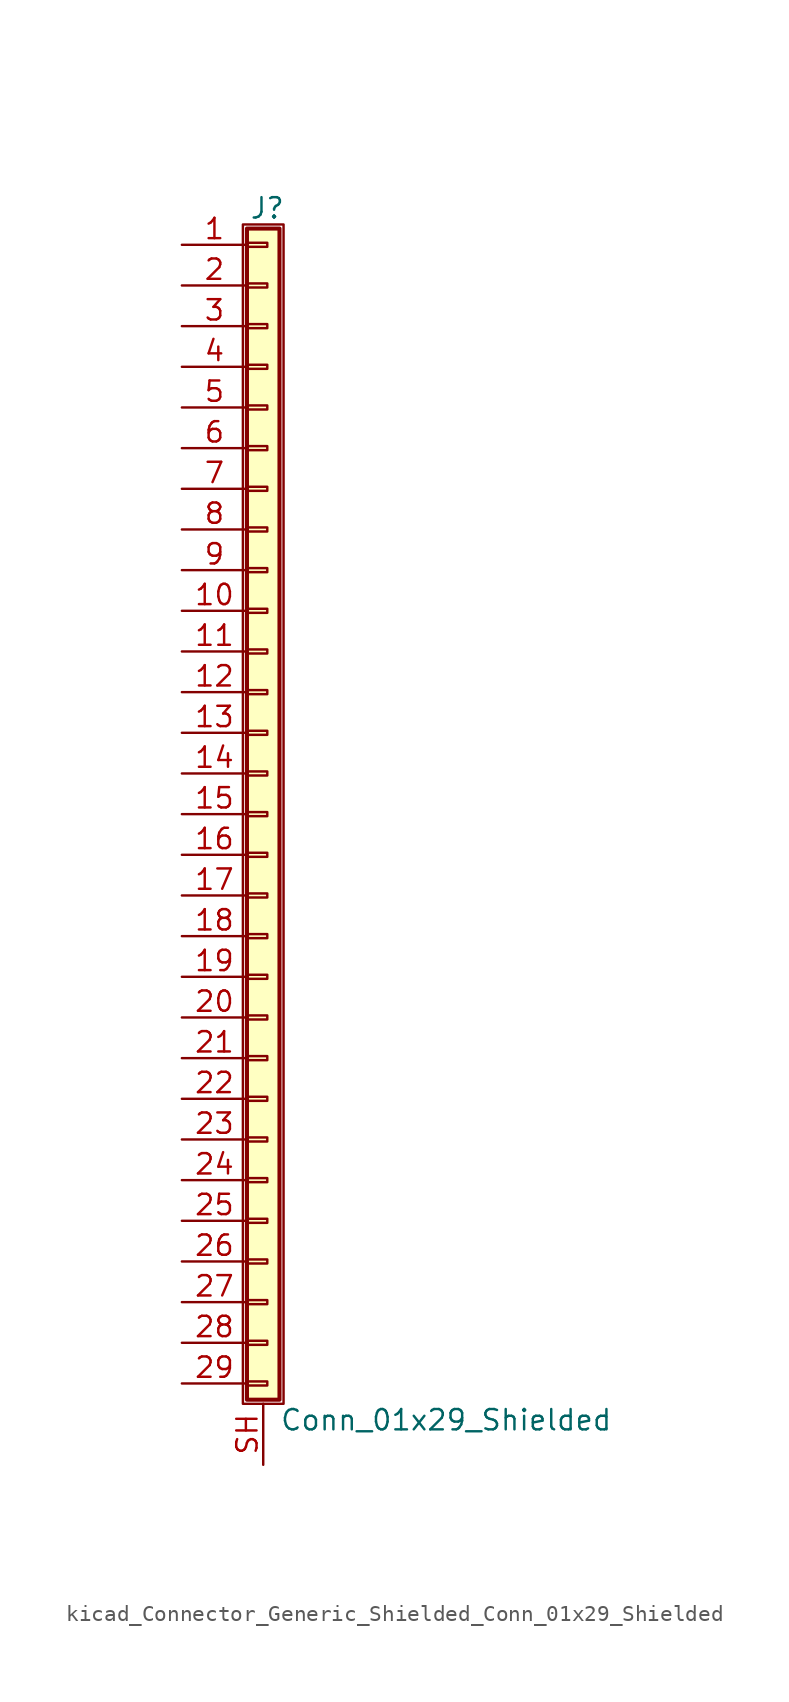
<source format=kicad_sym>
(kicad_symbol_lib
  (version 20220914)
  (generator kicad_symbol_editor)
  (symbol "kicad_Connector_Generic_Shielded_Conn_01x29_Shielded"
    (pin_names
      (offset 1.016) hide)
    (property "Reference" "J"
      (at 0.254 37.846 0)
      (effects (font (size 1.27 1.27))))
    (property "Value" "Conn_01x29_Shielded"
      (at 1.016 -37.846 0)
      (effects (font (size 1.27 1.27)) (justify left)))
    (symbol "kicad_Connector_Generic_Shielded_Conn_01x29_Shielded_1_1"
      (rectangle (start -1.27 36.83) (end 1.27 -36.83) (stroke (width 0.152) (type default)) (fill (type none)))
      (rectangle (start -1.016 -35.433) (end 0.254 -35.687) (stroke (width 0.152) (type default)) (fill (type none)))
      (rectangle (start -1.016 -32.893) (end 0.254 -33.147) (stroke (width 0.152) (type default)) (fill (type none)))
      (rectangle (start -1.016 -30.353) (end 0.254 -30.607) (stroke (width 0.152) (type default)) (fill (type none)))
      (rectangle (start -1.016 -27.813) (end 0.254 -28.067) (stroke (width 0.152) (type default)) (fill (type none)))
      (rectangle (start -1.016 -25.273) (end 0.254 -25.527) (stroke (width 0.152) (type default)) (fill (type none)))
      (rectangle (start -1.016 -22.733) (end 0.254 -22.987) (stroke (width 0.152) (type default)) (fill (type none)))
      (rectangle (start -1.016 -20.193) (end 0.254 -20.447) (stroke (width 0.152) (type default)) (fill (type none)))
      (rectangle (start -1.016 -17.653) (end 0.254 -17.907) (stroke (width 0.152) (type default)) (fill (type none)))
      (rectangle (start -1.016 -15.113) (end 0.254 -15.367) (stroke (width 0.152) (type default)) (fill (type none)))
      (rectangle (start -1.016 -12.573) (end 0.254 -12.827) (stroke (width 0.152) (type default)) (fill (type none)))
      (rectangle (start -1.016 -10.033) (end 0.254 -10.287) (stroke (width 0.152) (type default)) (fill (type none)))
      (rectangle (start -1.016 -7.493) (end 0.254 -7.747) (stroke (width 0.152) (type default)) (fill (type none)))
      (rectangle (start -1.016 -4.953) (end 0.254 -5.207) (stroke (width 0.152) (type default)) (fill (type none)))
      (rectangle (start -1.016 -2.413) (end 0.254 -2.667) (stroke (width 0.152) (type default)) (fill (type none)))
      (rectangle (start -1.016 0.127) (end 0.254 -0.127) (stroke (width 0.152) (type default)) (fill (type none)))
      (rectangle (start -1.016 2.667) (end 0.254 2.413) (stroke (width 0.152) (type default)) (fill (type none)))
      (rectangle (start -1.016 5.207) (end 0.254 4.953) (stroke (width 0.152) (type default)) (fill (type none)))
      (rectangle (start -1.016 7.747) (end 0.254 7.493) (stroke (width 0.152) (type default)) (fill (type none)))
      (rectangle (start -1.016 10.287) (end 0.254 10.033) (stroke (width 0.152) (type default)) (fill (type none)))
      (rectangle (start -1.016 12.827) (end 0.254 12.573) (stroke (width 0.152) (type default)) (fill (type none)))
      (rectangle (start -1.016 15.367) (end 0.254 15.113) (stroke (width 0.152) (type default)) (fill (type none)))
      (rectangle (start -1.016 17.907) (end 0.254 17.653) (stroke (width 0.152) (type default)) (fill (type none)))
      (rectangle (start -1.016 20.447) (end 0.254 20.193) (stroke (width 0.152) (type default)) (fill (type none)))
      (rectangle (start -1.016 22.987) (end 0.254 22.733) (stroke (width 0.152) (type default)) (fill (type none)))
      (rectangle (start -1.016 25.527) (end 0.254 25.273) (stroke (width 0.152) (type default)) (fill (type none)))
      (rectangle (start -1.016 28.067) (end 0.254 27.813) (stroke (width 0.152) (type default)) (fill (type none)))
      (rectangle (start -1.016 30.607) (end 0.254 30.353) (stroke (width 0.152) (type default)) (fill (type none)))
      (rectangle (start -1.016 33.147) (end 0.254 32.893) (stroke (width 0.152) (type default)) (fill (type none)))
      (rectangle (start -1.016 35.687) (end 0.254 35.433) (stroke (width 0.152) (type default)) (fill (type none)))
      (rectangle (start -1.016 36.576) (end 1.016 -36.576) (stroke (width 0.254) (type default)) (fill (type background)))
      (pin passive line (at -5.08 35.56 0) (length 4.064) (name "Pin_1" (effects (font (size 1.27 1.27)))) (number "1" (effects (font (size 1.27 1.27)))))
      (pin passive line (at -5.08 12.7 0) (length 4.064) (name "Pin_10" (effects (font (size 1.27 1.27)))) (number "10" (effects (font (size 1.27 1.27)))))
      (pin passive line (at -5.08 10.16 0) (length 4.064) (name "Pin_11" (effects (font (size 1.27 1.27)))) (number "11" (effects (font (size 1.27 1.27)))))
      (pin passive line (at -5.08 7.62 0) (length 4.064) (name "Pin_12" (effects (font (size 1.27 1.27)))) (number "12" (effects (font (size 1.27 1.27)))))
      (pin passive line (at -5.08 5.08 0) (length 4.064) (name "Pin_13" (effects (font (size 1.27 1.27)))) (number "13" (effects (font (size 1.27 1.27)))))
      (pin passive line (at -5.08 2.54 0) (length 4.064) (name "Pin_14" (effects (font (size 1.27 1.27)))) (number "14" (effects (font (size 1.27 1.27)))))
      (pin passive line (at -5.08 0 0) (length 4.064) (name "Pin_15" (effects (font (size 1.27 1.27)))) (number "15" (effects (font (size 1.27 1.27)))))
      (pin passive line (at -5.08 -2.54 0) (length 4.064) (name "Pin_16" (effects (font (size 1.27 1.27)))) (number "16" (effects (font (size 1.27 1.27)))))
      (pin passive line (at -5.08 -5.08 0) (length 4.064) (name "Pin_17" (effects (font (size 1.27 1.27)))) (number "17" (effects (font (size 1.27 1.27)))))
      (pin passive line (at -5.08 -7.62 0) (length 4.064) (name "Pin_18" (effects (font (size 1.27 1.27)))) (number "18" (effects (font (size 1.27 1.27)))))
      (pin passive line (at -5.08 -10.16 0) (length 4.064) (name "Pin_19" (effects (font (size 1.27 1.27)))) (number "19" (effects (font (size 1.27 1.27)))))
      (pin passive line (at -5.08 33.02 0) (length 4.064) (name "Pin_2" (effects (font (size 1.27 1.27)))) (number "2" (effects (font (size 1.27 1.27)))))
      (pin passive line (at -5.08 -12.7 0) (length 4.064) (name "Pin_20" (effects (font (size 1.27 1.27)))) (number "20" (effects (font (size 1.27 1.27)))))
      (pin passive line (at -5.08 -15.24 0) (length 4.064) (name "Pin_21" (effects (font (size 1.27 1.27)))) (number "21" (effects (font (size 1.27 1.27)))))
      (pin passive line (at -5.08 -17.78 0) (length 4.064) (name "Pin_22" (effects (font (size 1.27 1.27)))) (number "22" (effects (font (size 1.27 1.27)))))
      (pin passive line (at -5.08 -20.32 0) (length 4.064) (name "Pin_23" (effects (font (size 1.27 1.27)))) (number "23" (effects (font (size 1.27 1.27)))))
      (pin passive line (at -5.08 -22.86 0) (length 4.064) (name "Pin_24" (effects (font (size 1.27 1.27)))) (number "24" (effects (font (size 1.27 1.27)))))
      (pin passive line (at -5.08 -25.4 0) (length 4.064) (name "Pin_25" (effects (font (size 1.27 1.27)))) (number "25" (effects (font (size 1.27 1.27)))))
      (pin passive line (at -5.08 -27.94 0) (length 4.064) (name "Pin_26" (effects (font (size 1.27 1.27)))) (number "26" (effects (font (size 1.27 1.27)))))
      (pin passive line (at -5.08 -30.48 0) (length 4.064) (name "Pin_27" (effects (font (size 1.27 1.27)))) (number "27" (effects (font (size 1.27 1.27)))))
      (pin passive line (at -5.08 -33.02 0) (length 4.064) (name "Pin_28" (effects (font (size 1.27 1.27)))) (number "28" (effects (font (size 1.27 1.27)))))
      (pin passive line (at -5.08 -35.56 0) (length 4.064) (name "Pin_29" (effects (font (size 1.27 1.27)))) (number "29" (effects (font (size 1.27 1.27)))))
      (pin passive line (at -5.08 30.48 0) (length 4.064) (name "Pin_3" (effects (font (size 1.27 1.27)))) (number "3" (effects (font (size 1.27 1.27)))))
      (pin passive line (at -5.08 27.94 0) (length 4.064) (name "Pin_4" (effects (font (size 1.27 1.27)))) (number "4" (effects (font (size 1.27 1.27)))))
      (pin passive line (at -5.08 25.4 0) (length 4.064) (name "Pin_5" (effects (font (size 1.27 1.27)))) (number "5" (effects (font (size 1.27 1.27)))))
      (pin passive line (at -5.08 22.86 0) (length 4.064) (name "Pin_6" (effects (font (size 1.27 1.27)))) (number "6" (effects (font (size 1.27 1.27)))))
      (pin passive line (at -5.08 20.32 0) (length 4.064) (name "Pin_7" (effects (font (size 1.27 1.27)))) (number "7" (effects (font (size 1.27 1.27)))))
      (pin passive line (at -5.08 17.78 0) (length 4.064) (name "Pin_8" (effects (font (size 1.27 1.27)))) (number "8" (effects (font (size 1.27 1.27)))))
      (pin passive line (at -5.08 15.24 0) (length 4.064) (name "Pin_9" (effects (font (size 1.27 1.27)))) (number "9" (effects (font (size 1.27 1.27)))))
      (pin passive line (at 0 -40.64 90) (length 3.81) (name "Shield" (effects (font (size 1.27 1.27)))) (number "SH" (effects (font (size 1.27 1.27))))))))
</source>
